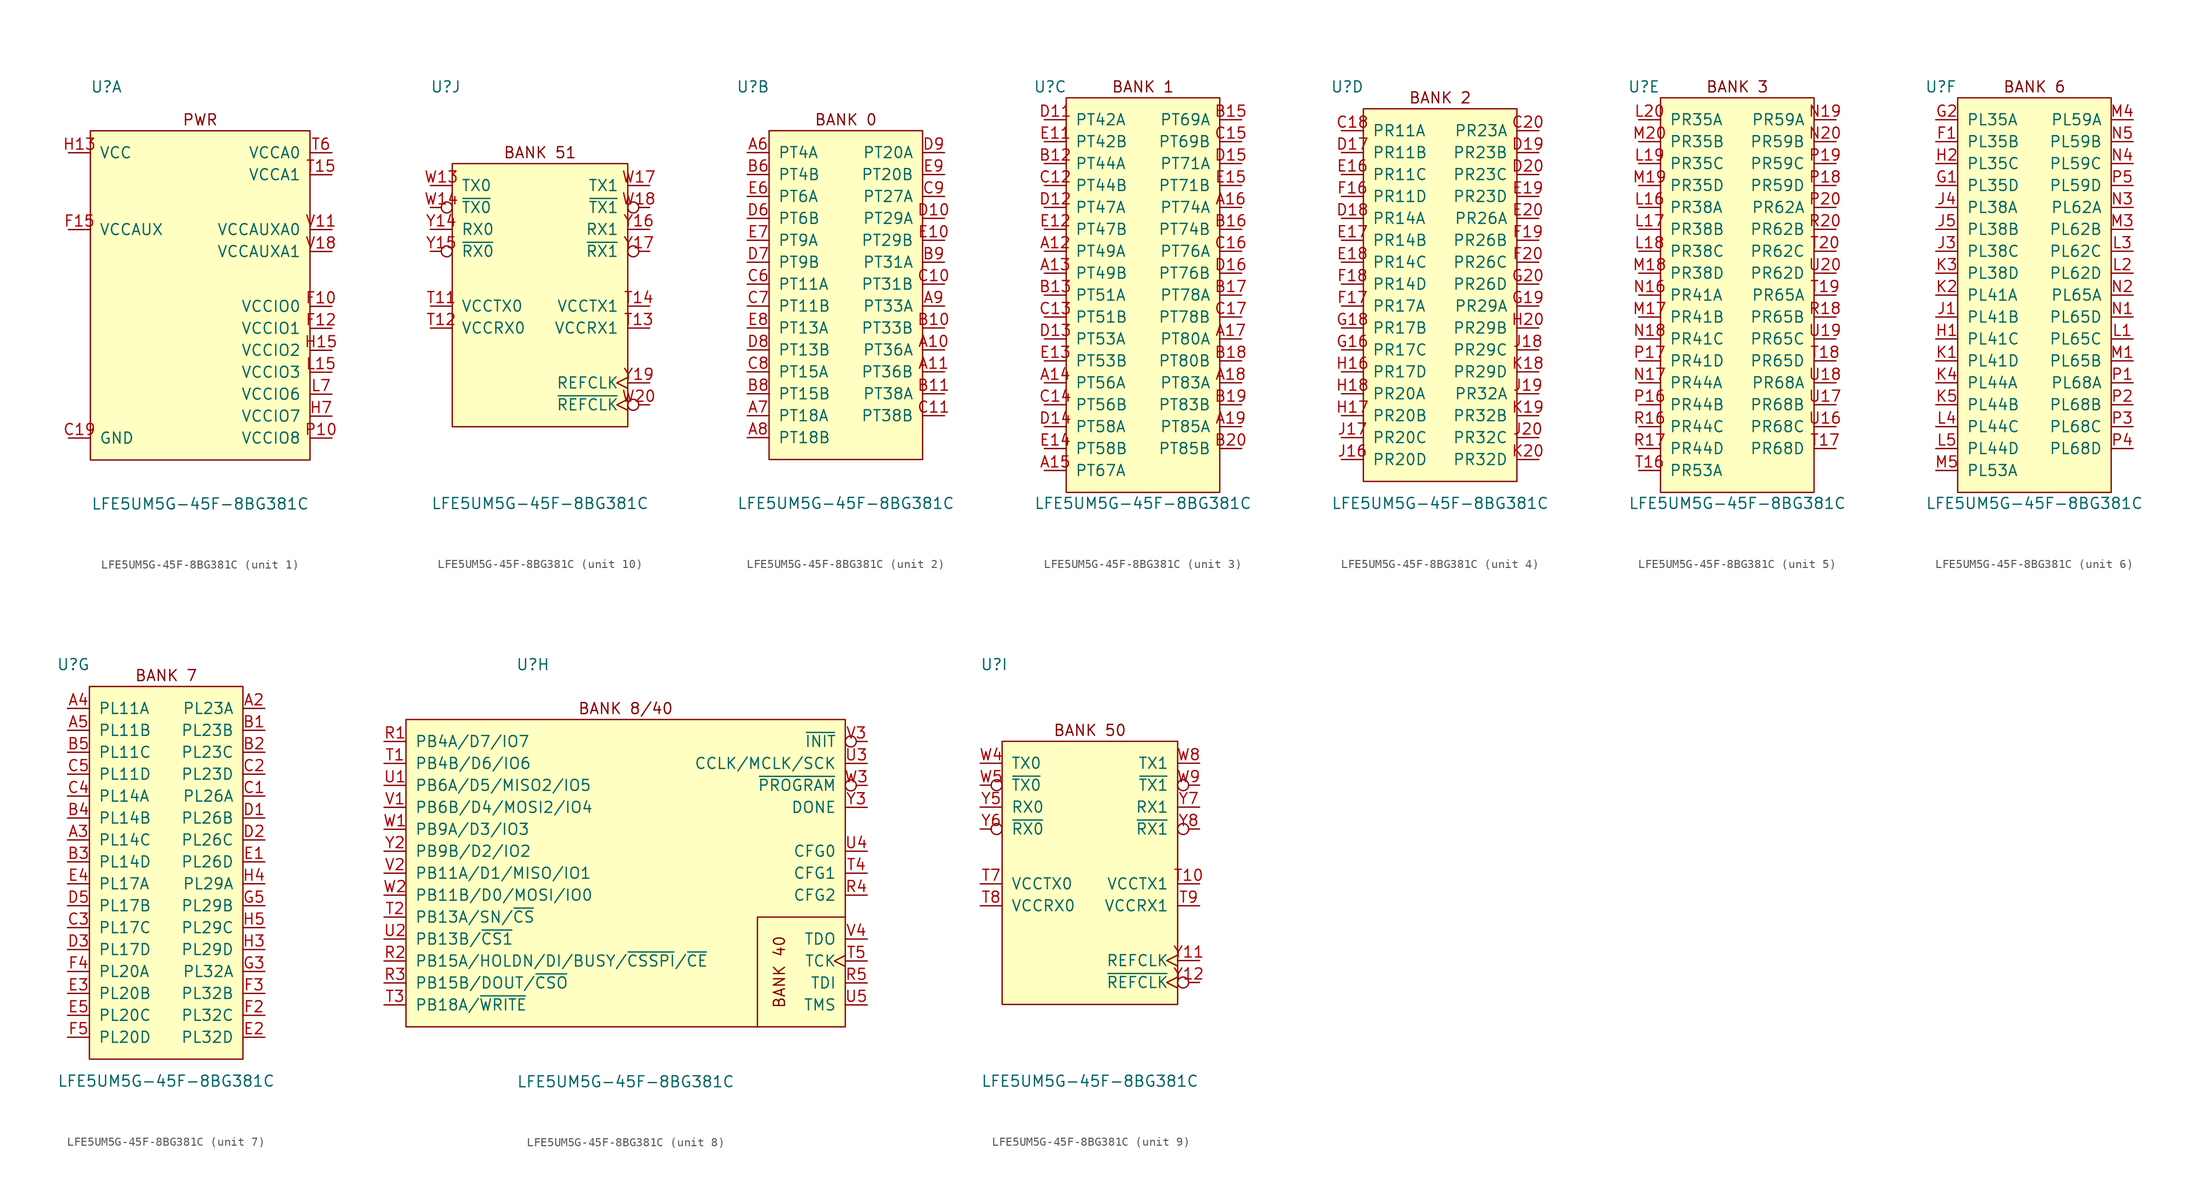
<source format=kicad_sym>
(kicad_symbol_lib
  (version 20231120)
  (generator "kicad_symbol_editor")
  (generator_version "8.0")
  (symbol "LFE5UM5G-45F-8BG381C"
    (pin_names
      (offset 1.016))
    (property "Reference" "U"
      (at -12.7 24.13 0)
      (effects (font (size 1.27 1.27)) (justify left)))
    (property "Value" "LFE5UM5G-45F-8BG381C"
      (at 0 -24.13 0)
      (effects (font (size 1.27 1.27))))
    (property "ki_locked" ""
      (at 0 0 0)
      (effects (font (size 1.27 1.27))))
    (symbol "LFE5UM5G-45F-8BG381C_1_0"
      (text "PWR" (at 0 20.32 0) (effects (font (size 1.27 1.27)))))
    (symbol "LFE5UM5G-45F-8BG381C_1_1"
      (rectangle (start -12.7 19.05) (end 12.7 -19.05) (stroke (width 0) (type default)) (fill (type background)))
      (pin passive line (at -15.24 -16.51 0) (length 2.54) hide (name "GND" (effects (font (size 1.27 1.27)))) (number "B14" (effects (font (size 1.27 1.27)))))
      (pin passive line (at -15.24 -16.51 0) (length 2.54) hide (name "GND" (effects (font (size 1.27 1.27)))) (number "B7" (effects (font (size 1.27 1.27)))))
      (pin passive line (at -15.24 -16.51 0) (length 2.54) (name "GND" (effects (font (size 1.27 1.27)))) (number "C19" (effects (font (size 1.27 1.27)))))
      (pin passive line (at -15.24 -16.51 0) (length 2.54) hide (name "GND" (effects (font (size 1.27 1.27)))) (number "D4" (effects (font (size 1.27 1.27)))))
      (pin power_in line (at 15.24 -1.27 180) (length 2.54) (name "VCCIO0" (effects (font (size 1.27 1.27)))) (number "F10" (effects (font (size 1.27 1.27)))))
      (pin passive line (at 15.24 -3.81 180) (length 2.54) hide (name "VCCIO1" (effects (font (size 1.27 1.27)))) (number "F11" (effects (font (size 1.27 1.27)))))
      (pin power_in line (at 15.24 -3.81 180) (length 2.54) (name "VCCIO1" (effects (font (size 1.27 1.27)))) (number "F12" (effects (font (size 1.27 1.27)))))
      (pin passive line (at -15.24 -16.51 0) (length 2.54) hide (name "GND" (effects (font (size 1.27 1.27)))) (number "F13" (effects (font (size 1.27 1.27)))))
      (pin passive line (at -15.24 -16.51 0) (length 2.54) hide (name "GND" (effects (font (size 1.27 1.27)))) (number "F14" (effects (font (size 1.27 1.27)))))
      (pin power_in line (at -15.24 7.62 0) (length 2.54) (name "VCCAUX" (effects (font (size 1.27 1.27)))) (number "F15" (effects (font (size 1.27 1.27)))))
      (pin passive line (at -15.24 7.62 0) (length 2.54) hide (name "VCCAUX" (effects (font (size 1.27 1.27)))) (number "F6" (effects (font (size 1.27 1.27)))))
      (pin passive line (at -15.24 -16.51 0) (length 2.54) hide (name "GND" (effects (font (size 1.27 1.27)))) (number "F7" (effects (font (size 1.27 1.27)))))
      (pin passive line (at -15.24 -16.51 0) (length 2.54) hide (name "GND" (effects (font (size 1.27 1.27)))) (number "F8" (effects (font (size 1.27 1.27)))))
      (pin passive line (at 15.24 -1.27 180) (length 2.54) hide (name "VCCIO0" (effects (font (size 1.27 1.27)))) (number "F9" (effects (font (size 1.27 1.27)))))
      (pin passive line (at -15.24 -16.51 0) (length 2.54) hide (name "GND" (effects (font (size 1.27 1.27)))) (number "G10" (effects (font (size 1.27 1.27)))))
      (pin passive line (at -15.24 -16.51 0) (length 2.54) hide (name "GND" (effects (font (size 1.27 1.27)))) (number "G11" (effects (font (size 1.27 1.27)))))
      (pin passive line (at -15.24 -16.51 0) (length 2.54) hide (name "GND" (effects (font (size 1.27 1.27)))) (number "G12" (effects (font (size 1.27 1.27)))))
      (pin passive line (at -15.24 -16.51 0) (length 2.54) hide (name "GND" (effects (font (size 1.27 1.27)))) (number "G13" (effects (font (size 1.27 1.27)))))
      (pin passive line (at -15.24 -16.51 0) (length 2.54) hide (name "GND" (effects (font (size 1.27 1.27)))) (number "G14" (effects (font (size 1.27 1.27)))))
      (pin passive line (at -15.24 -16.51 0) (length 2.54) hide (name "GND" (effects (font (size 1.27 1.27)))) (number "G15" (effects (font (size 1.27 1.27)))))
      (pin passive line (at -15.24 -16.51 0) (length 2.54) hide (name "GND" (effects (font (size 1.27 1.27)))) (number "G17" (effects (font (size 1.27 1.27)))))
      (pin passive line (at -15.24 -16.51 0) (length 2.54) hide (name "GND" (effects (font (size 1.27 1.27)))) (number "G4" (effects (font (size 1.27 1.27)))))
      (pin passive line (at -15.24 -16.51 0) (length 2.54) hide (name "GND" (effects (font (size 1.27 1.27)))) (number "G6" (effects (font (size 1.27 1.27)))))
      (pin passive line (at -15.24 -16.51 0) (length 2.54) hide (name "GND" (effects (font (size 1.27 1.27)))) (number "G7" (effects (font (size 1.27 1.27)))))
      (pin passive line (at -15.24 -16.51 0) (length 2.54) hide (name "GND" (effects (font (size 1.27 1.27)))) (number "G8" (effects (font (size 1.27 1.27)))))
      (pin passive line (at -15.24 -16.51 0) (length 2.54) hide (name "GND" (effects (font (size 1.27 1.27)))) (number "G9" (effects (font (size 1.27 1.27)))))
      (pin passive line (at -15.24 16.51 0) (length 2.54) hide (name "VCC" (effects (font (size 1.27 1.27)))) (number "H10" (effects (font (size 1.27 1.27)))))
      (pin passive line (at -15.24 16.51 0) (length 2.54) hide (name "VCC" (effects (font (size 1.27 1.27)))) (number "H11" (effects (font (size 1.27 1.27)))))
      (pin passive line (at -15.24 16.51 0) (length 2.54) hide (name "VCC" (effects (font (size 1.27 1.27)))) (number "H12" (effects (font (size 1.27 1.27)))))
      (pin power_in line (at -15.24 16.51 0) (length 2.54) (name "VCC" (effects (font (size 1.27 1.27)))) (number "H13" (effects (font (size 1.27 1.27)))))
      (pin passive line (at 15.24 -6.35 180) (length 2.54) hide (name "VCCIO2" (effects (font (size 1.27 1.27)))) (number "H14" (effects (font (size 1.27 1.27)))))
      (pin power_in line (at 15.24 -6.35 180) (length 2.54) (name "VCCIO2" (effects (font (size 1.27 1.27)))) (number "H15" (effects (font (size 1.27 1.27)))))
      (pin passive line (at -15.24 -16.51 0) (length 2.54) hide (name "GND" (effects (font (size 1.27 1.27)))) (number "H19" (effects (font (size 1.27 1.27)))))
      (pin passive line (at 15.24 -13.97 180) (length 2.54) hide (name "VCCIO7" (effects (font (size 1.27 1.27)))) (number "H6" (effects (font (size 1.27 1.27)))))
      (pin power_in line (at 15.24 -13.97 180) (length 2.54) (name "VCCIO7" (effects (font (size 1.27 1.27)))) (number "H7" (effects (font (size 1.27 1.27)))))
      (pin passive line (at -15.24 16.51 0) (length 2.54) hide (name "VCC" (effects (font (size 1.27 1.27)))) (number "H8" (effects (font (size 1.27 1.27)))))
      (pin passive line (at -15.24 16.51 0) (length 2.54) hide (name "VCC" (effects (font (size 1.27 1.27)))) (number "H9" (effects (font (size 1.27 1.27)))))
      (pin passive line (at -15.24 -16.51 0) (length 2.54) hide (name "GND" (effects (font (size 1.27 1.27)))) (number "J10" (effects (font (size 1.27 1.27)))))
      (pin passive line (at -15.24 -16.51 0) (length 2.54) hide (name "GND" (effects (font (size 1.27 1.27)))) (number "J11" (effects (font (size 1.27 1.27)))))
      (pin passive line (at -15.24 -16.51 0) (length 2.54) hide (name "GND" (effects (font (size 1.27 1.27)))) (number "J12" (effects (font (size 1.27 1.27)))))
      (pin passive line (at -15.24 16.51 0) (length 2.54) hide (name "VCC" (effects (font (size 1.27 1.27)))) (number "J13" (effects (font (size 1.27 1.27)))))
      (pin passive line (at -15.24 -16.51 0) (length 2.54) hide (name "GND" (effects (font (size 1.27 1.27)))) (number "J14" (effects (font (size 1.27 1.27)))))
      (pin passive line (at 15.24 -6.35 180) (length 2.54) hide (name "VCCIO2" (effects (font (size 1.27 1.27)))) (number "J15" (effects (font (size 1.27 1.27)))))
      (pin passive line (at -15.24 -16.51 0) (length 2.54) hide (name "GND" (effects (font (size 1.27 1.27)))) (number "J2" (effects (font (size 1.27 1.27)))))
      (pin passive line (at 15.24 -13.97 180) (length 2.54) hide (name "VCCIO7" (effects (font (size 1.27 1.27)))) (number "J6" (effects (font (size 1.27 1.27)))))
      (pin passive line (at -15.24 -16.51 0) (length 2.54) hide (name "GND" (effects (font (size 1.27 1.27)))) (number "J7" (effects (font (size 1.27 1.27)))))
      (pin passive line (at -15.24 16.51 0) (length 2.54) hide (name "VCC" (effects (font (size 1.27 1.27)))) (number "J8" (effects (font (size 1.27 1.27)))))
      (pin passive line (at -15.24 -16.51 0) (length 2.54) hide (name "GND" (effects (font (size 1.27 1.27)))) (number "J9" (effects (font (size 1.27 1.27)))))
      (pin passive line (at -15.24 -16.51 0) (length 2.54) hide (name "GND" (effects (font (size 1.27 1.27)))) (number "K10" (effects (font (size 1.27 1.27)))))
      (pin passive line (at -15.24 -16.51 0) (length 2.54) hide (name "GND" (effects (font (size 1.27 1.27)))) (number "K11" (effects (font (size 1.27 1.27)))))
      (pin passive line (at -15.24 -16.51 0) (length 2.54) hide (name "GND" (effects (font (size 1.27 1.27)))) (number "K12" (effects (font (size 1.27 1.27)))))
      (pin passive line (at -15.24 16.51 0) (length 2.54) hide (name "VCC" (effects (font (size 1.27 1.27)))) (number "K13" (effects (font (size 1.27 1.27)))))
      (pin passive line (at -15.24 -16.51 0) (length 2.54) hide (name "GND" (effects (font (size 1.27 1.27)))) (number "K14" (effects (font (size 1.27 1.27)))))
      (pin passive line (at -15.24 -16.51 0) (length 2.54) hide (name "GND" (effects (font (size 1.27 1.27)))) (number "K15" (effects (font (size 1.27 1.27)))))
      (pin no_connect non_logic (at -15.24 -13.97 0) (length 2.54) hide (name "NC" (effects (font (size 1.27 1.27)))) (number "K16" (effects (font (size 1.27 1.27)))))
      (pin no_connect non_logic (at -15.24 -11.43 0) (length 2.54) hide (name "NC" (effects (font (size 1.27 1.27)))) (number "K17" (effects (font (size 1.27 1.27)))))
      (pin passive line (at -15.24 -16.51 0) (length 2.54) hide (name "GND" (effects (font (size 1.27 1.27)))) (number "K6" (effects (font (size 1.27 1.27)))))
      (pin passive line (at -15.24 -16.51 0) (length 2.54) hide (name "GND" (effects (font (size 1.27 1.27)))) (number "K7" (effects (font (size 1.27 1.27)))))
      (pin passive line (at -15.24 16.51 0) (length 2.54) hide (name "VCC" (effects (font (size 1.27 1.27)))) (number "K8" (effects (font (size 1.27 1.27)))))
      (pin passive line (at -15.24 -16.51 0) (length 2.54) hide (name "GND" (effects (font (size 1.27 1.27)))) (number "K9" (effects (font (size 1.27 1.27)))))
      (pin passive line (at -15.24 -16.51 0) (length 2.54) hide (name "GND" (effects (font (size 1.27 1.27)))) (number "L10" (effects (font (size 1.27 1.27)))))
      (pin passive line (at -15.24 -16.51 0) (length 2.54) hide (name "GND" (effects (font (size 1.27 1.27)))) (number "L11" (effects (font (size 1.27 1.27)))))
      (pin passive line (at -15.24 -16.51 0) (length 2.54) hide (name "GND" (effects (font (size 1.27 1.27)))) (number "L12" (effects (font (size 1.27 1.27)))))
      (pin passive line (at -15.24 16.51 0) (length 2.54) hide (name "VCC" (effects (font (size 1.27 1.27)))) (number "L13" (effects (font (size 1.27 1.27)))))
      (pin passive line (at 15.24 -8.89 180) (length 2.54) hide (name "VCCIO3" (effects (font (size 1.27 1.27)))) (number "L14" (effects (font (size 1.27 1.27)))))
      (pin power_in line (at 15.24 -8.89 180) (length 2.54) (name "VCCIO3" (effects (font (size 1.27 1.27)))) (number "L15" (effects (font (size 1.27 1.27)))))
      (pin passive line (at 15.24 -11.43 180) (length 2.54) hide (name "VCCIO6" (effects (font (size 1.27 1.27)))) (number "L6" (effects (font (size 1.27 1.27)))))
      (pin power_in line (at 15.24 -11.43 180) (length 2.54) (name "VCCIO6" (effects (font (size 1.27 1.27)))) (number "L7" (effects (font (size 1.27 1.27)))))
      (pin passive line (at -15.24 16.51 0) (length 2.54) hide (name "VCC" (effects (font (size 1.27 1.27)))) (number "L8" (effects (font (size 1.27 1.27)))))
      (pin passive line (at -15.24 -16.51 0) (length 2.54) hide (name "GND" (effects (font (size 1.27 1.27)))) (number "L9" (effects (font (size 1.27 1.27)))))
      (pin passive line (at -15.24 -16.51 0) (length 2.54) hide (name "GND" (effects (font (size 1.27 1.27)))) (number "M10" (effects (font (size 1.27 1.27)))))
      (pin passive line (at -15.24 -16.51 0) (length 2.54) hide (name "GND" (effects (font (size 1.27 1.27)))) (number "M11" (effects (font (size 1.27 1.27)))))
      (pin passive line (at -15.24 -16.51 0) (length 2.54) hide (name "GND" (effects (font (size 1.27 1.27)))) (number "M12" (effects (font (size 1.27 1.27)))))
      (pin passive line (at -15.24 16.51 0) (length 2.54) hide (name "VCC" (effects (font (size 1.27 1.27)))) (number "M13" (effects (font (size 1.27 1.27)))))
      (pin passive line (at -15.24 -16.51 0) (length 2.54) hide (name "GND" (effects (font (size 1.27 1.27)))) (number "M14" (effects (font (size 1.27 1.27)))))
      (pin passive line (at 15.24 -8.89 180) (length 2.54) hide (name "VCCIO3" (effects (font (size 1.27 1.27)))) (number "M15" (effects (font (size 1.27 1.27)))))
      (pin passive line (at -15.24 -16.51 0) (length 2.54) hide (name "GND" (effects (font (size 1.27 1.27)))) (number "M16" (effects (font (size 1.27 1.27)))))
      (pin passive line (at -15.24 -16.51 0) (length 2.54) hide (name "GND" (effects (font (size 1.27 1.27)))) (number "M2" (effects (font (size 1.27 1.27)))))
      (pin passive line (at 15.24 -11.43 180) (length 2.54) hide (name "VCCIO6" (effects (font (size 1.27 1.27)))) (number "M6" (effects (font (size 1.27 1.27)))))
      (pin passive line (at -15.24 -16.51 0) (length 2.54) hide (name "GND" (effects (font (size 1.27 1.27)))) (number "M7" (effects (font (size 1.27 1.27)))))
      (pin passive line (at -15.24 16.51 0) (length 2.54) hide (name "VCC" (effects (font (size 1.27 1.27)))) (number "M8" (effects (font (size 1.27 1.27)))))
      (pin passive line (at -15.24 -16.51 0) (length 2.54) hide (name "GND" (effects (font (size 1.27 1.27)))) (number "M9" (effects (font (size 1.27 1.27)))))
      (pin passive line (at -15.24 16.51 0) (length 2.54) hide (name "VCC" (effects (font (size 1.27 1.27)))) (number "N10" (effects (font (size 1.27 1.27)))))
      (pin passive line (at -15.24 16.51 0) (length 2.54) hide (name "VCC" (effects (font (size 1.27 1.27)))) (number "N11" (effects (font (size 1.27 1.27)))))
      (pin passive line (at -15.24 16.51 0) (length 2.54) hide (name "VCC" (effects (font (size 1.27 1.27)))) (number "N12" (effects (font (size 1.27 1.27)))))
      (pin passive line (at -15.24 16.51 0) (length 2.54) hide (name "VCC" (effects (font (size 1.27 1.27)))) (number "N13" (effects (font (size 1.27 1.27)))))
      (pin passive line (at -15.24 -16.51 0) (length 2.54) hide (name "GND" (effects (font (size 1.27 1.27)))) (number "N14" (effects (font (size 1.27 1.27)))))
      (pin passive line (at -15.24 -16.51 0) (length 2.54) hide (name "GND" (effects (font (size 1.27 1.27)))) (number "N15" (effects (font (size 1.27 1.27)))))
      (pin passive line (at -15.24 -16.51 0) (length 2.54) hide (name "GND" (effects (font (size 1.27 1.27)))) (number "N6" (effects (font (size 1.27 1.27)))))
      (pin passive line (at -15.24 -16.51 0) (length 2.54) hide (name "GND" (effects (font (size 1.27 1.27)))) (number "N7" (effects (font (size 1.27 1.27)))))
      (pin passive line (at -15.24 16.51 0) (length 2.54) hide (name "VCC" (effects (font (size 1.27 1.27)))) (number "N8" (effects (font (size 1.27 1.27)))))
      (pin passive line (at -15.24 16.51 0) (length 2.54) hide (name "VCC" (effects (font (size 1.27 1.27)))) (number "N9" (effects (font (size 1.27 1.27)))))
      (pin power_in line (at 15.24 -16.51 180) (length 2.54) (name "VCCIO8" (effects (font (size 1.27 1.27)))) (number "P10" (effects (font (size 1.27 1.27)))))
      (pin passive line (at -15.24 -16.51 0) (length 2.54) hide (name "GND" (effects (font (size 1.27 1.27)))) (number "P11" (effects (font (size 1.27 1.27)))))
      (pin passive line (at -15.24 -16.51 0) (length 2.54) hide (name "GND" (effects (font (size 1.27 1.27)))) (number "P12" (effects (font (size 1.27 1.27)))))
      (pin passive line (at -15.24 -16.51 0) (length 2.54) hide (name "GND" (effects (font (size 1.27 1.27)))) (number "P13" (effects (font (size 1.27 1.27)))))
      (pin passive line (at -15.24 -16.51 0) (length 2.54) hide (name "GND" (effects (font (size 1.27 1.27)))) (number "P14" (effects (font (size 1.27 1.27)))))
      (pin passive line (at -15.24 7.62 0) (length 2.54) hide (name "VCCAUX" (effects (font (size 1.27 1.27)))) (number "P15" (effects (font (size 1.27 1.27)))))
      (pin passive line (at -15.24 7.62 0) (length 2.54) hide (name "VCCAUX" (effects (font (size 1.27 1.27)))) (number "P6" (effects (font (size 1.27 1.27)))))
      (pin passive line (at -15.24 -16.51 0) (length 2.54) hide (name "GND" (effects (font (size 1.27 1.27)))) (number "P7" (effects (font (size 1.27 1.27)))))
      (pin passive line (at -15.24 -16.51 0) (length 2.54) hide (name "GND" (effects (font (size 1.27 1.27)))) (number "P8" (effects (font (size 1.27 1.27)))))
      (pin passive line (at 15.24 -16.51 180) (length 2.54) hide (name "VCCIO8" (effects (font (size 1.27 1.27)))) (number "P9" (effects (font (size 1.27 1.27)))))
      (pin passive line (at -15.24 -16.51 0) (length 2.54) hide (name "GND" (effects (font (size 1.27 1.27)))) (number "R19" (effects (font (size 1.27 1.27)))))
      (pin power_in line (at 15.24 13.97 180) (length 2.54) (name "VCCA1" (effects (font (size 1.27 1.27)))) (number "T15" (effects (font (size 1.27 1.27)))))
      (pin power_in line (at 15.24 16.51 180) (length 2.54) (name "VCCA0" (effects (font (size 1.27 1.27)))) (number "T6" (effects (font (size 1.27 1.27)))))
      (pin passive line (at -15.24 -16.51 0) (length 2.54) hide (name "GND" (effects (font (size 1.27 1.27)))) (number "U10" (effects (font (size 1.27 1.27)))))
      (pin passive line (at -15.24 -16.51 0) (length 2.54) hide (name "GND" (effects (font (size 1.27 1.27)))) (number "U11" (effects (font (size 1.27 1.27)))))
      (pin passive line (at -15.24 -16.51 0) (length 2.54) hide (name "GND" (effects (font (size 1.27 1.27)))) (number "U12" (effects (font (size 1.27 1.27)))))
      (pin passive line (at -15.24 -16.51 0) (length 2.54) hide (name "GND" (effects (font (size 1.27 1.27)))) (number "U13" (effects (font (size 1.27 1.27)))))
      (pin passive line (at -15.24 -16.51 0) (length 2.54) hide (name "GND" (effects (font (size 1.27 1.27)))) (number "U14" (effects (font (size 1.27 1.27)))))
      (pin passive line (at 15.24 13.97 180) (length 2.54) hide (name "VCCA1" (effects (font (size 1.27 1.27)))) (number "U15" (effects (font (size 1.27 1.27)))))
      (pin passive line (at 15.24 16.51 180) (length 2.54) hide (name "VCCA0" (effects (font (size 1.27 1.27)))) (number "U6" (effects (font (size 1.27 1.27)))))
      (pin passive line (at -15.24 -16.51 0) (length 2.54) hide (name "GND" (effects (font (size 1.27 1.27)))) (number "U7" (effects (font (size 1.27 1.27)))))
      (pin passive line (at -15.24 -16.51 0) (length 2.54) hide (name "GND" (effects (font (size 1.27 1.27)))) (number "U8" (effects (font (size 1.27 1.27)))))
      (pin passive line (at -15.24 -16.51 0) (length 2.54) hide (name "GND" (effects (font (size 1.27 1.27)))) (number "U9" (effects (font (size 1.27 1.27)))))
      (pin passive line (at 15.24 7.62 180) (length 2.54) hide (name "VCCAUXA0" (effects (font (size 1.27 1.27)))) (number "V10" (effects (font (size 1.27 1.27)))))
      (pin power_in line (at 15.24 7.62 180) (length 2.54) (name "VCCAUXA0" (effects (font (size 1.27 1.27)))) (number "V11" (effects (font (size 1.27 1.27)))))
      (pin passive line (at -15.24 -16.51 0) (length 2.54) hide (name "GND" (effects (font (size 1.27 1.27)))) (number "V12" (effects (font (size 1.27 1.27)))))
      (pin passive line (at -15.24 -16.51 0) (length 2.54) hide (name "GND" (effects (font (size 1.27 1.27)))) (number "V13" (effects (font (size 1.27 1.27)))))
      (pin passive line (at -15.24 -16.51 0) (length 2.54) hide (name "GND" (effects (font (size 1.27 1.27)))) (number "V14" (effects (font (size 1.27 1.27)))))
      (pin passive line (at -15.24 -16.51 0) (length 2.54) hide (name "GND" (effects (font (size 1.27 1.27)))) (number "V15" (effects (font (size 1.27 1.27)))))
      (pin passive line (at -15.24 -16.51 0) (length 2.54) hide (name "GND" (effects (font (size 1.27 1.27)))) (number "V16" (effects (font (size 1.27 1.27)))))
      (pin passive line (at 15.24 5.08 180) (length 2.54) hide (name "VCCAUXA1" (effects (font (size 1.27 1.27)))) (number "V17" (effects (font (size 1.27 1.27)))))
      (pin power_in line (at 15.24 5.08 180) (length 2.54) (name "VCCAUXA1" (effects (font (size 1.27 1.27)))) (number "V18" (effects (font (size 1.27 1.27)))))
      (pin passive line (at -15.24 -16.51 0) (length 2.54) hide (name "GND" (effects (font (size 1.27 1.27)))) (number "V19" (effects (font (size 1.27 1.27)))))
      (pin passive line (at -15.24 -16.51 0) (length 2.54) hide (name "GND" (effects (font (size 1.27 1.27)))) (number "V20" (effects (font (size 1.27 1.27)))))
      (pin passive line (at -15.24 -16.51 0) (length 2.54) hide (name "GND" (effects (font (size 1.27 1.27)))) (number "V5" (effects (font (size 1.27 1.27)))))
      (pin passive line (at -15.24 -16.51 0) (length 2.54) hide (name "GND" (effects (font (size 1.27 1.27)))) (number "V6" (effects (font (size 1.27 1.27)))))
      (pin passive line (at -15.24 -16.51 0) (length 2.54) hide (name "GND" (effects (font (size 1.27 1.27)))) (number "V7" (effects (font (size 1.27 1.27)))))
      (pin passive line (at -15.24 -16.51 0) (length 2.54) hide (name "GND" (effects (font (size 1.27 1.27)))) (number "V8" (effects (font (size 1.27 1.27)))))
      (pin passive line (at -15.24 -16.51 0) (length 2.54) hide (name "GND" (effects (font (size 1.27 1.27)))) (number "V9" (effects (font (size 1.27 1.27)))))
      (pin no_connect non_logic (at -15.24 -8.89 0) (length 2.54) hide (name "RESERVED" (effects (font (size 1.27 1.27)))) (number "W10" (effects (font (size 1.27 1.27)))))
      (pin no_connect non_logic (at -15.24 -6.35 0) (length 2.54) hide (name "RESERVED" (effects (font (size 1.27 1.27)))) (number "W11" (effects (font (size 1.27 1.27)))))
      (pin passive line (at -15.24 -16.51 0) (length 2.54) hide (name "GND" (effects (font (size 1.27 1.27)))) (number "W12" (effects (font (size 1.27 1.27)))))
      (pin passive line (at -15.24 -16.51 0) (length 2.54) hide (name "GND" (effects (font (size 1.27 1.27)))) (number "W15" (effects (font (size 1.27 1.27)))))
      (pin passive line (at -15.24 -16.51 0) (length 2.54) hide (name "GND" (effects (font (size 1.27 1.27)))) (number "W16" (effects (font (size 1.27 1.27)))))
      (pin passive line (at -15.24 -16.51 0) (length 2.54) hide (name "GND" (effects (font (size 1.27 1.27)))) (number "W19" (effects (font (size 1.27 1.27)))))
      (pin passive line (at -15.24 -16.51 0) (length 2.54) hide (name "GND" (effects (font (size 1.27 1.27)))) (number "W6" (effects (font (size 1.27 1.27)))))
      (pin passive line (at -15.24 -16.51 0) (length 2.54) hide (name "GND" (effects (font (size 1.27 1.27)))) (number "W7" (effects (font (size 1.27 1.27))))))
    (symbol "LFE5UM5G-45F-8BG381C_2_0"
      (rectangle (start -8.89 19.05) (end 8.89 -19.05) (stroke (width 0) (type default)) (fill (type background)))
      (text "BANK 0" (at 0 20.32 0) (effects (font (size 1.27 1.27)))))
    (symbol "LFE5UM5G-45F-8BG381C_2_1"
      (pin bidirectional line (at 11.43 -6.35 180) (length 2.54) (name "PT36A" (effects (font (size 1.27 1.27)))) (number "A10" (effects (font (size 1.27 1.27)))))
      (pin bidirectional line (at 11.43 -8.89 180) (length 2.54) (name "PT36B" (effects (font (size 1.27 1.27)))) (number "A11" (effects (font (size 1.27 1.27)))))
      (pin bidirectional line (at -11.43 16.51 0) (length 2.54) (name "PT4A" (effects (font (size 1.27 1.27)))) (number "A6" (effects (font (size 1.27 1.27)))))
      (pin bidirectional line (at -11.43 -13.97 0) (length 2.54) (name "PT18A" (effects (font (size 1.27 1.27)))) (number "A7" (effects (font (size 1.27 1.27)))))
      (pin bidirectional line (at -11.43 -16.51 0) (length 2.54) (name "PT18B" (effects (font (size 1.27 1.27)))) (number "A8" (effects (font (size 1.27 1.27)))))
      (pin bidirectional line (at 11.43 -1.27 180) (length 2.54) (name "PT33A" (effects (font (size 1.27 1.27)))) (number "A9" (effects (font (size 1.27 1.27)))))
      (pin bidirectional line (at 11.43 -3.81 180) (length 2.54) (name "PT33B" (effects (font (size 1.27 1.27)))) (number "B10" (effects (font (size 1.27 1.27)))))
      (pin bidirectional line (at 11.43 -11.43 180) (length 2.54) (name "PT38A" (effects (font (size 1.27 1.27)))) (number "B11" (effects (font (size 1.27 1.27)))))
      (pin bidirectional line (at -11.43 13.97 0) (length 2.54) (name "PT4B" (effects (font (size 1.27 1.27)))) (number "B6" (effects (font (size 1.27 1.27)))))
      (pin bidirectional line (at -11.43 -11.43 0) (length 2.54) (name "PT15B" (effects (font (size 1.27 1.27)))) (number "B8" (effects (font (size 1.27 1.27)))))
      (pin bidirectional line (at 11.43 3.81 180) (length 2.54) (name "PT31A" (effects (font (size 1.27 1.27)))) (number "B9" (effects (font (size 1.27 1.27)))))
      (pin bidirectional line (at 11.43 1.27 180) (length 2.54) (name "PT31B" (effects (font (size 1.27 1.27)))) (number "C10" (effects (font (size 1.27 1.27)))))
      (pin bidirectional line (at 11.43 -13.97 180) (length 2.54) (name "PT38B" (effects (font (size 1.27 1.27)))) (number "C11" (effects (font (size 1.27 1.27)))))
      (pin bidirectional line (at -11.43 1.27 0) (length 2.54) (name "PT11A" (effects (font (size 1.27 1.27)))) (number "C6" (effects (font (size 1.27 1.27)))))
      (pin bidirectional line (at -11.43 -1.27 0) (length 2.54) (name "PT11B" (effects (font (size 1.27 1.27)))) (number "C7" (effects (font (size 1.27 1.27)))))
      (pin bidirectional line (at -11.43 -8.89 0) (length 2.54) (name "PT15A" (effects (font (size 1.27 1.27)))) (number "C8" (effects (font (size 1.27 1.27)))))
      (pin bidirectional line (at 11.43 11.43 180) (length 2.54) (name "PT27A" (effects (font (size 1.27 1.27)))) (number "C9" (effects (font (size 1.27 1.27)))))
      (pin bidirectional line (at 11.43 8.89 180) (length 2.54) (name "PT29A" (effects (font (size 1.27 1.27)))) (number "D10" (effects (font (size 1.27 1.27)))))
      (pin bidirectional line (at -11.43 8.89 0) (length 2.54) (name "PT6B" (effects (font (size 1.27 1.27)))) (number "D6" (effects (font (size 1.27 1.27)))))
      (pin bidirectional line (at -11.43 3.81 0) (length 2.54) (name "PT9B" (effects (font (size 1.27 1.27)))) (number "D7" (effects (font (size 1.27 1.27)))))
      (pin bidirectional line (at -11.43 -6.35 0) (length 2.54) (name "PT13B" (effects (font (size 1.27 1.27)))) (number "D8" (effects (font (size 1.27 1.27)))))
      (pin bidirectional line (at 11.43 16.51 180) (length 2.54) (name "PT20A" (effects (font (size 1.27 1.27)))) (number "D9" (effects (font (size 1.27 1.27)))))
      (pin bidirectional line (at 11.43 6.35 180) (length 2.54) (name "PT29B" (effects (font (size 1.27 1.27)))) (number "E10" (effects (font (size 1.27 1.27)))))
      (pin bidirectional line (at -11.43 11.43 0) (length 2.54) (name "PT6A" (effects (font (size 1.27 1.27)))) (number "E6" (effects (font (size 1.27 1.27)))))
      (pin bidirectional line (at -11.43 6.35 0) (length 2.54) (name "PT9A" (effects (font (size 1.27 1.27)))) (number "E7" (effects (font (size 1.27 1.27)))))
      (pin bidirectional line (at -11.43 -3.81 0) (length 2.54) (name "PT13A" (effects (font (size 1.27 1.27)))) (number "E8" (effects (font (size 1.27 1.27)))))
      (pin bidirectional line (at 11.43 13.97 180) (length 2.54) (name "PT20B" (effects (font (size 1.27 1.27)))) (number "E9" (effects (font (size 1.27 1.27))))))
    (symbol "LFE5UM5G-45F-8BG381C_3_0"
      (rectangle (start -8.89 22.86) (end 8.89 -22.86) (stroke (width 0) (type default)) (fill (type background)))
      (text "BANK 1" (at 0 24.13 0) (effects (font (size 1.27 1.27)))))
    (symbol "LFE5UM5G-45F-8BG381C_3_1"
      (pin bidirectional line (at -11.43 5.08 0) (length 2.54) (name "PT49A" (effects (font (size 1.27 1.27)))) (number "A12" (effects (font (size 1.27 1.27)))))
      (pin bidirectional line (at -11.43 2.54 0) (length 2.54) (name "PT49B" (effects (font (size 1.27 1.27)))) (number "A13" (effects (font (size 1.27 1.27)))))
      (pin bidirectional line (at -11.43 -10.16 0) (length 2.54) (name "PT56A" (effects (font (size 1.27 1.27)))) (number "A14" (effects (font (size 1.27 1.27)))))
      (pin bidirectional line (at -11.43 -20.32 0) (length 2.54) (name "PT67A" (effects (font (size 1.27 1.27)))) (number "A15" (effects (font (size 1.27 1.27)))))
      (pin bidirectional line (at 11.43 10.16 180) (length 2.54) (name "PT74A" (effects (font (size 1.27 1.27)))) (number "A16" (effects (font (size 1.27 1.27)))))
      (pin bidirectional line (at 11.43 -5.08 180) (length 2.54) (name "PT80A" (effects (font (size 1.27 1.27)))) (number "A17" (effects (font (size 1.27 1.27)))))
      (pin bidirectional line (at 11.43 -10.16 180) (length 2.54) (name "PT83A" (effects (font (size 1.27 1.27)))) (number "A18" (effects (font (size 1.27 1.27)))))
      (pin bidirectional line (at 11.43 -15.24 180) (length 2.54) (name "PT85A" (effects (font (size 1.27 1.27)))) (number "A19" (effects (font (size 1.27 1.27)))))
      (pin bidirectional line (at -11.43 15.24 0) (length 2.54) (name "PT44A" (effects (font (size 1.27 1.27)))) (number "B12" (effects (font (size 1.27 1.27)))))
      (pin bidirectional line (at -11.43 0 0) (length 2.54) (name "PT51A" (effects (font (size 1.27 1.27)))) (number "B13" (effects (font (size 1.27 1.27)))))
      (pin bidirectional line (at 11.43 20.32 180) (length 2.54) (name "PT69A" (effects (font (size 1.27 1.27)))) (number "B15" (effects (font (size 1.27 1.27)))))
      (pin bidirectional line (at 11.43 7.62 180) (length 2.54) (name "PT74B" (effects (font (size 1.27 1.27)))) (number "B16" (effects (font (size 1.27 1.27)))))
      (pin bidirectional line (at 11.43 0 180) (length 2.54) (name "PT78A" (effects (font (size 1.27 1.27)))) (number "B17" (effects (font (size 1.27 1.27)))))
      (pin bidirectional line (at 11.43 -7.62 180) (length 2.54) (name "PT80B" (effects (font (size 1.27 1.27)))) (number "B18" (effects (font (size 1.27 1.27)))))
      (pin bidirectional line (at 11.43 -12.7 180) (length 2.54) (name "PT83B" (effects (font (size 1.27 1.27)))) (number "B19" (effects (font (size 1.27 1.27)))))
      (pin bidirectional line (at 11.43 -17.78 180) (length 2.54) (name "PT85B" (effects (font (size 1.27 1.27)))) (number "B20" (effects (font (size 1.27 1.27)))))
      (pin bidirectional line (at -11.43 12.7 0) (length 2.54) (name "PT44B" (effects (font (size 1.27 1.27)))) (number "C12" (effects (font (size 1.27 1.27)))))
      (pin bidirectional line (at -11.43 -2.54 0) (length 2.54) (name "PT51B" (effects (font (size 1.27 1.27)))) (number "C13" (effects (font (size 1.27 1.27)))))
      (pin bidirectional line (at -11.43 -12.7 0) (length 2.54) (name "PT56B" (effects (font (size 1.27 1.27)))) (number "C14" (effects (font (size 1.27 1.27)))))
      (pin bidirectional line (at 11.43 17.78 180) (length 2.54) (name "PT69B" (effects (font (size 1.27 1.27)))) (number "C15" (effects (font (size 1.27 1.27)))))
      (pin bidirectional line (at 11.43 5.08 180) (length 2.54) (name "PT76A" (effects (font (size 1.27 1.27)))) (number "C16" (effects (font (size 1.27 1.27)))))
      (pin bidirectional line (at 11.43 -2.54 180) (length 2.54) (name "PT78B" (effects (font (size 1.27 1.27)))) (number "C17" (effects (font (size 1.27 1.27)))))
      (pin bidirectional line (at -11.43 20.32 0) (length 2.54) (name "PT42A" (effects (font (size 1.27 1.27)))) (number "D11" (effects (font (size 1.27 1.27)))))
      (pin bidirectional line (at -11.43 10.16 0) (length 2.54) (name "PT47A" (effects (font (size 1.27 1.27)))) (number "D12" (effects (font (size 1.27 1.27)))))
      (pin bidirectional line (at -11.43 -5.08 0) (length 2.54) (name "PT53A" (effects (font (size 1.27 1.27)))) (number "D13" (effects (font (size 1.27 1.27)))))
      (pin bidirectional line (at -11.43 -15.24 0) (length 2.54) (name "PT58A" (effects (font (size 1.27 1.27)))) (number "D14" (effects (font (size 1.27 1.27)))))
      (pin bidirectional line (at 11.43 15.24 180) (length 2.54) (name "PT71A" (effects (font (size 1.27 1.27)))) (number "D15" (effects (font (size 1.27 1.27)))))
      (pin bidirectional line (at 11.43 2.54 180) (length 2.54) (name "PT76B" (effects (font (size 1.27 1.27)))) (number "D16" (effects (font (size 1.27 1.27)))))
      (pin bidirectional line (at -11.43 17.78 0) (length 2.54) (name "PT42B" (effects (font (size 1.27 1.27)))) (number "E11" (effects (font (size 1.27 1.27)))))
      (pin bidirectional line (at -11.43 7.62 0) (length 2.54) (name "PT47B" (effects (font (size 1.27 1.27)))) (number "E12" (effects (font (size 1.27 1.27)))))
      (pin bidirectional line (at -11.43 -7.62 0) (length 2.54) (name "PT53B" (effects (font (size 1.27 1.27)))) (number "E13" (effects (font (size 1.27 1.27)))))
      (pin bidirectional line (at -11.43 -17.78 0) (length 2.54) (name "PT58B" (effects (font (size 1.27 1.27)))) (number "E14" (effects (font (size 1.27 1.27)))))
      (pin bidirectional line (at 11.43 12.7 180) (length 2.54) (name "PT71B" (effects (font (size 1.27 1.27)))) (number "E15" (effects (font (size 1.27 1.27))))))
    (symbol "LFE5UM5G-45F-8BG381C_4_0"
      (rectangle (start -8.89 21.59) (end 8.89 -21.59) (stroke (width 0) (type default)) (fill (type background)))
      (text "BANK 2" (at 0 22.86 0) (effects (font (size 1.27 1.27)))))
    (symbol "LFE5UM5G-45F-8BG381C_4_1"
      (pin bidirectional line (at -11.43 19.05 0) (length 2.54) (name "PR11A" (effects (font (size 1.27 1.27)))) (number "C18" (effects (font (size 1.27 1.27)))))
      (pin bidirectional line (at 11.43 19.05 180) (length 2.54) (name "PR23A" (effects (font (size 1.27 1.27)))) (number "C20" (effects (font (size 1.27 1.27)))))
      (pin bidirectional line (at -11.43 16.51 0) (length 2.54) (name "PR11B" (effects (font (size 1.27 1.27)))) (number "D17" (effects (font (size 1.27 1.27)))))
      (pin bidirectional line (at -11.43 8.89 0) (length 2.54) (name "PR14A" (effects (font (size 1.27 1.27)))) (number "D18" (effects (font (size 1.27 1.27)))))
      (pin bidirectional line (at 11.43 16.51 180) (length 2.54) (name "PR23B" (effects (font (size 1.27 1.27)))) (number "D19" (effects (font (size 1.27 1.27)))))
      (pin bidirectional line (at 11.43 13.97 180) (length 2.54) (name "PR23C" (effects (font (size 1.27 1.27)))) (number "D20" (effects (font (size 1.27 1.27)))))
      (pin bidirectional line (at -11.43 13.97 0) (length 2.54) (name "PR11C" (effects (font (size 1.27 1.27)))) (number "E16" (effects (font (size 1.27 1.27)))))
      (pin bidirectional line (at -11.43 6.35 0) (length 2.54) (name "PR14B" (effects (font (size 1.27 1.27)))) (number "E17" (effects (font (size 1.27 1.27)))))
      (pin bidirectional line (at -11.43 3.81 0) (length 2.54) (name "PR14C" (effects (font (size 1.27 1.27)))) (number "E18" (effects (font (size 1.27 1.27)))))
      (pin bidirectional line (at 11.43 11.43 180) (length 2.54) (name "PR23D" (effects (font (size 1.27 1.27)))) (number "E19" (effects (font (size 1.27 1.27)))))
      (pin bidirectional line (at 11.43 8.89 180) (length 2.54) (name "PR26A" (effects (font (size 1.27 1.27)))) (number "E20" (effects (font (size 1.27 1.27)))))
      (pin bidirectional line (at -11.43 11.43 0) (length 2.54) (name "PR11D" (effects (font (size 1.27 1.27)))) (number "F16" (effects (font (size 1.27 1.27)))))
      (pin bidirectional line (at -11.43 -1.27 0) (length 2.54) (name "PR17A" (effects (font (size 1.27 1.27)))) (number "F17" (effects (font (size 1.27 1.27)))))
      (pin bidirectional line (at -11.43 1.27 0) (length 2.54) (name "PR14D" (effects (font (size 1.27 1.27)))) (number "F18" (effects (font (size 1.27 1.27)))))
      (pin bidirectional line (at 11.43 6.35 180) (length 2.54) (name "PR26B" (effects (font (size 1.27 1.27)))) (number "F19" (effects (font (size 1.27 1.27)))))
      (pin bidirectional line (at 11.43 3.81 180) (length 2.54) (name "PR26C" (effects (font (size 1.27 1.27)))) (number "F20" (effects (font (size 1.27 1.27)))))
      (pin bidirectional line (at -11.43 -6.35 0) (length 2.54) (name "PR17C" (effects (font (size 1.27 1.27)))) (number "G16" (effects (font (size 1.27 1.27)))))
      (pin bidirectional line (at -11.43 -3.81 0) (length 2.54) (name "PR17B" (effects (font (size 1.27 1.27)))) (number "G18" (effects (font (size 1.27 1.27)))))
      (pin bidirectional line (at 11.43 -1.27 180) (length 2.54) (name "PR29A" (effects (font (size 1.27 1.27)))) (number "G19" (effects (font (size 1.27 1.27)))))
      (pin bidirectional line (at 11.43 1.27 180) (length 2.54) (name "PR26D" (effects (font (size 1.27 1.27)))) (number "G20" (effects (font (size 1.27 1.27)))))
      (pin bidirectional line (at -11.43 -8.89 0) (length 2.54) (name "PR17D" (effects (font (size 1.27 1.27)))) (number "H16" (effects (font (size 1.27 1.27)))))
      (pin bidirectional line (at -11.43 -13.97 0) (length 2.54) (name "PR20B" (effects (font (size 1.27 1.27)))) (number "H17" (effects (font (size 1.27 1.27)))))
      (pin bidirectional line (at -11.43 -11.43 0) (length 2.54) (name "PR20A" (effects (font (size 1.27 1.27)))) (number "H18" (effects (font (size 1.27 1.27)))))
      (pin bidirectional line (at 11.43 -3.81 180) (length 2.54) (name "PR29B" (effects (font (size 1.27 1.27)))) (number "H20" (effects (font (size 1.27 1.27)))))
      (pin bidirectional line (at -11.43 -19.05 0) (length 2.54) (name "PR20D" (effects (font (size 1.27 1.27)))) (number "J16" (effects (font (size 1.27 1.27)))))
      (pin bidirectional line (at -11.43 -16.51 0) (length 2.54) (name "PR20C" (effects (font (size 1.27 1.27)))) (number "J17" (effects (font (size 1.27 1.27)))))
      (pin bidirectional line (at 11.43 -6.35 180) (length 2.54) (name "PR29C" (effects (font (size 1.27 1.27)))) (number "J18" (effects (font (size 1.27 1.27)))))
      (pin bidirectional line (at 11.43 -11.43 180) (length 2.54) (name "PR32A" (effects (font (size 1.27 1.27)))) (number "J19" (effects (font (size 1.27 1.27)))))
      (pin bidirectional line (at 11.43 -16.51 180) (length 2.54) (name "PR32C" (effects (font (size 1.27 1.27)))) (number "J20" (effects (font (size 1.27 1.27)))))
      (pin bidirectional line (at 11.43 -8.89 180) (length 2.54) (name "PR29D" (effects (font (size 1.27 1.27)))) (number "K18" (effects (font (size 1.27 1.27)))))
      (pin bidirectional line (at 11.43 -13.97 180) (length 2.54) (name "PR32B" (effects (font (size 1.27 1.27)))) (number "K19" (effects (font (size 1.27 1.27)))))
      (pin bidirectional line (at 11.43 -19.05 180) (length 2.54) (name "PR32D" (effects (font (size 1.27 1.27)))) (number "K20" (effects (font (size 1.27 1.27))))))
    (symbol "LFE5UM5G-45F-8BG381C_5_0"
      (rectangle (start -8.89 22.86) (end 8.89 -22.86) (stroke (width 0) (type default)) (fill (type background)))
      (text "BANK 3" (at 0 24.13 0) (effects (font (size 1.27 1.27)))))
    (symbol "LFE5UM5G-45F-8BG381C_5_1"
      (pin bidirectional line (at -11.43 10.16 0) (length 2.54) (name "PR38A" (effects (font (size 1.27 1.27)))) (number "L16" (effects (font (size 1.27 1.27)))))
      (pin bidirectional line (at -11.43 7.62 0) (length 2.54) (name "PR38B" (effects (font (size 1.27 1.27)))) (number "L17" (effects (font (size 1.27 1.27)))))
      (pin bidirectional line (at -11.43 5.08 0) (length 2.54) (name "PR38C" (effects (font (size 1.27 1.27)))) (number "L18" (effects (font (size 1.27 1.27)))))
      (pin bidirectional line (at -11.43 15.24 0) (length 2.54) (name "PR35C" (effects (font (size 1.27 1.27)))) (number "L19" (effects (font (size 1.27 1.27)))))
      (pin bidirectional line (at -11.43 20.32 0) (length 2.54) (name "PR35A" (effects (font (size 1.27 1.27)))) (number "L20" (effects (font (size 1.27 1.27)))))
      (pin bidirectional line (at -11.43 -2.54 0) (length 2.54) (name "PR41B" (effects (font (size 1.27 1.27)))) (number "M17" (effects (font (size 1.27 1.27)))))
      (pin bidirectional line (at -11.43 2.54 0) (length 2.54) (name "PR38D" (effects (font (size 1.27 1.27)))) (number "M18" (effects (font (size 1.27 1.27)))))
      (pin bidirectional line (at -11.43 12.7 0) (length 2.54) (name "PR35D" (effects (font (size 1.27 1.27)))) (number "M19" (effects (font (size 1.27 1.27)))))
      (pin bidirectional line (at -11.43 17.78 0) (length 2.54) (name "PR35B" (effects (font (size 1.27 1.27)))) (number "M20" (effects (font (size 1.27 1.27)))))
      (pin bidirectional line (at -11.43 0 0) (length 2.54) (name "PR41A" (effects (font (size 1.27 1.27)))) (number "N16" (effects (font (size 1.27 1.27)))))
      (pin bidirectional line (at -11.43 -10.16 0) (length 2.54) (name "PR44A" (effects (font (size 1.27 1.27)))) (number "N17" (effects (font (size 1.27 1.27)))))
      (pin bidirectional line (at -11.43 -5.08 0) (length 2.54) (name "PR41C" (effects (font (size 1.27 1.27)))) (number "N18" (effects (font (size 1.27 1.27)))))
      (pin bidirectional line (at 11.43 20.32 180) (length 2.54) (name "PR59A" (effects (font (size 1.27 1.27)))) (number "N19" (effects (font (size 1.27 1.27)))))
      (pin bidirectional line (at 11.43 17.78 180) (length 2.54) (name "PR59B" (effects (font (size 1.27 1.27)))) (number "N20" (effects (font (size 1.27 1.27)))))
      (pin bidirectional line (at -11.43 -12.7 0) (length 2.54) (name "PR44B" (effects (font (size 1.27 1.27)))) (number "P16" (effects (font (size 1.27 1.27)))))
      (pin bidirectional line (at -11.43 -7.62 0) (length 2.54) (name "PR41D" (effects (font (size 1.27 1.27)))) (number "P17" (effects (font (size 1.27 1.27)))))
      (pin bidirectional line (at 11.43 12.7 180) (length 2.54) (name "PR59D" (effects (font (size 1.27 1.27)))) (number "P18" (effects (font (size 1.27 1.27)))))
      (pin bidirectional line (at 11.43 15.24 180) (length 2.54) (name "PR59C" (effects (font (size 1.27 1.27)))) (number "P19" (effects (font (size 1.27 1.27)))))
      (pin bidirectional line (at 11.43 10.16 180) (length 2.54) (name "PR62A" (effects (font (size 1.27 1.27)))) (number "P20" (effects (font (size 1.27 1.27)))))
      (pin bidirectional line (at -11.43 -15.24 0) (length 2.54) (name "PR44C" (effects (font (size 1.27 1.27)))) (number "R16" (effects (font (size 1.27 1.27)))))
      (pin bidirectional line (at -11.43 -17.78 0) (length 2.54) (name "PR44D" (effects (font (size 1.27 1.27)))) (number "R17" (effects (font (size 1.27 1.27)))))
      (pin bidirectional line (at 11.43 -2.54 180) (length 2.54) (name "PR65B" (effects (font (size 1.27 1.27)))) (number "R18" (effects (font (size 1.27 1.27)))))
      (pin bidirectional line (at 11.43 7.62 180) (length 2.54) (name "PR62B" (effects (font (size 1.27 1.27)))) (number "R20" (effects (font (size 1.27 1.27)))))
      (pin bidirectional line (at -11.43 -20.32 0) (length 2.54) (name "PR53A" (effects (font (size 1.27 1.27)))) (number "T16" (effects (font (size 1.27 1.27)))))
      (pin bidirectional line (at 11.43 -17.78 180) (length 2.54) (name "PR68D" (effects (font (size 1.27 1.27)))) (number "T17" (effects (font (size 1.27 1.27)))))
      (pin bidirectional line (at 11.43 -7.62 180) (length 2.54) (name "PR65D" (effects (font (size 1.27 1.27)))) (number "T18" (effects (font (size 1.27 1.27)))))
      (pin bidirectional line (at 11.43 0 180) (length 2.54) (name "PR65A" (effects (font (size 1.27 1.27)))) (number "T19" (effects (font (size 1.27 1.27)))))
      (pin bidirectional line (at 11.43 5.08 180) (length 2.54) (name "PR62C" (effects (font (size 1.27 1.27)))) (number "T20" (effects (font (size 1.27 1.27)))))
      (pin bidirectional line (at 11.43 -15.24 180) (length 2.54) (name "PR68C" (effects (font (size 1.27 1.27)))) (number "U16" (effects (font (size 1.27 1.27)))))
      (pin bidirectional line (at 11.43 -12.7 180) (length 2.54) (name "PR68B" (effects (font (size 1.27 1.27)))) (number "U17" (effects (font (size 1.27 1.27)))))
      (pin bidirectional line (at 11.43 -10.16 180) (length 2.54) (name "PR68A" (effects (font (size 1.27 1.27)))) (number "U18" (effects (font (size 1.27 1.27)))))
      (pin bidirectional line (at 11.43 -5.08 180) (length 2.54) (name "PR65C" (effects (font (size 1.27 1.27)))) (number "U19" (effects (font (size 1.27 1.27)))))
      (pin bidirectional line (at 11.43 2.54 180) (length 2.54) (name "PR62D" (effects (font (size 1.27 1.27)))) (number "U20" (effects (font (size 1.27 1.27))))))
    (symbol "LFE5UM5G-45F-8BG381C_6_1"
      (rectangle (start -8.89 22.86) (end 8.89 -22.86) (stroke (width 0) (type default)) (fill (type background)))
      (text "BANK 6" (at 0 24.13 0) (effects (font (size 1.27 1.27))))
      (pin bidirectional line (at -11.43 17.78 0) (length 2.54) (name "PL35B" (effects (font (size 1.27 1.27)))) (number "F1" (effects (font (size 1.27 1.27)))))
      (pin bidirectional line (at -11.43 12.7 0) (length 2.54) (name "PL35D" (effects (font (size 1.27 1.27)))) (number "G1" (effects (font (size 1.27 1.27)))))
      (pin bidirectional line (at -11.43 20.32 0) (length 2.54) (name "PL35A" (effects (font (size 1.27 1.27)))) (number "G2" (effects (font (size 1.27 1.27)))))
      (pin bidirectional line (at -11.43 -5.08 0) (length 2.54) (name "PL41C" (effects (font (size 1.27 1.27)))) (number "H1" (effects (font (size 1.27 1.27)))))
      (pin bidirectional line (at -11.43 15.24 0) (length 2.54) (name "PL35C" (effects (font (size 1.27 1.27)))) (number "H2" (effects (font (size 1.27 1.27)))))
      (pin bidirectional line (at -11.43 -2.54 0) (length 2.54) (name "PL41B" (effects (font (size 1.27 1.27)))) (number "J1" (effects (font (size 1.27 1.27)))))
      (pin bidirectional line (at -11.43 5.08 0) (length 2.54) (name "PL38C" (effects (font (size 1.27 1.27)))) (number "J3" (effects (font (size 1.27 1.27)))))
      (pin bidirectional line (at -11.43 10.16 0) (length 2.54) (name "PL38A" (effects (font (size 1.27 1.27)))) (number "J4" (effects (font (size 1.27 1.27)))))
      (pin bidirectional line (at -11.43 7.62 0) (length 2.54) (name "PL38B" (effects (font (size 1.27 1.27)))) (number "J5" (effects (font (size 1.27 1.27)))))
      (pin bidirectional line (at -11.43 -7.62 0) (length 2.54) (name "PL41D" (effects (font (size 1.27 1.27)))) (number "K1" (effects (font (size 1.27 1.27)))))
      (pin bidirectional line (at -11.43 0 0) (length 2.54) (name "PL41A" (effects (font (size 1.27 1.27)))) (number "K2" (effects (font (size 1.27 1.27)))))
      (pin bidirectional line (at -11.43 2.54 0) (length 2.54) (name "PL38D" (effects (font (size 1.27 1.27)))) (number "K3" (effects (font (size 1.27 1.27)))))
      (pin bidirectional line (at -11.43 -10.16 0) (length 2.54) (name "PL44A" (effects (font (size 1.27 1.27)))) (number "K4" (effects (font (size 1.27 1.27)))))
      (pin bidirectional line (at -11.43 -12.7 0) (length 2.54) (name "PL44B" (effects (font (size 1.27 1.27)))) (number "K5" (effects (font (size 1.27 1.27)))))
      (pin bidirectional line (at 11.43 -5.08 180) (length 2.54) (name "PL65C" (effects (font (size 1.27 1.27)))) (number "L1" (effects (font (size 1.27 1.27)))))
      (pin bidirectional line (at 11.43 2.54 180) (length 2.54) (name "PL62D" (effects (font (size 1.27 1.27)))) (number "L2" (effects (font (size 1.27 1.27)))))
      (pin bidirectional line (at 11.43 5.08 180) (length 2.54) (name "PL62C" (effects (font (size 1.27 1.27)))) (number "L3" (effects (font (size 1.27 1.27)))))
      (pin bidirectional line (at -11.43 -15.24 0) (length 2.54) (name "PL44C" (effects (font (size 1.27 1.27)))) (number "L4" (effects (font (size 1.27 1.27)))))
      (pin bidirectional line (at -11.43 -17.78 0) (length 2.54) (name "PL44D" (effects (font (size 1.27 1.27)))) (number "L5" (effects (font (size 1.27 1.27)))))
      (pin bidirectional line (at 11.43 -7.62 180) (length 2.54) (name "PL65B" (effects (font (size 1.27 1.27)))) (number "M1" (effects (font (size 1.27 1.27)))))
      (pin bidirectional line (at 11.43 7.62 180) (length 2.54) (name "PL62B" (effects (font (size 1.27 1.27)))) (number "M3" (effects (font (size 1.27 1.27)))))
      (pin bidirectional line (at 11.43 20.32 180) (length 2.54) (name "PL59A" (effects (font (size 1.27 1.27)))) (number "M4" (effects (font (size 1.27 1.27)))))
      (pin bidirectional line (at -11.43 -20.32 0) (length 2.54) (name "PL53A" (effects (font (size 1.27 1.27)))) (number "M5" (effects (font (size 1.27 1.27)))))
      (pin bidirectional line (at 11.43 -2.54 180) (length 2.54) (name "PL65D" (effects (font (size 1.27 1.27)))) (number "N1" (effects (font (size 1.27 1.27)))))
      (pin bidirectional line (at 11.43 0 180) (length 2.54) (name "PL65A" (effects (font (size 1.27 1.27)))) (number "N2" (effects (font (size 1.27 1.27)))))
      (pin bidirectional line (at 11.43 10.16 180) (length 2.54) (name "PL62A" (effects (font (size 1.27 1.27)))) (number "N3" (effects (font (size 1.27 1.27)))))
      (pin bidirectional line (at 11.43 15.24 180) (length 2.54) (name "PL59C" (effects (font (size 1.27 1.27)))) (number "N4" (effects (font (size 1.27 1.27)))))
      (pin bidirectional line (at 11.43 17.78 180) (length 2.54) (name "PL59B" (effects (font (size 1.27 1.27)))) (number "N5" (effects (font (size 1.27 1.27)))))
      (pin bidirectional line (at 11.43 -10.16 180) (length 2.54) (name "PL68A" (effects (font (size 1.27 1.27)))) (number "P1" (effects (font (size 1.27 1.27)))))
      (pin bidirectional line (at 11.43 -12.7 180) (length 2.54) (name "PL68B" (effects (font (size 1.27 1.27)))) (number "P2" (effects (font (size 1.27 1.27)))))
      (pin bidirectional line (at 11.43 -15.24 180) (length 2.54) (name "PL68C" (effects (font (size 1.27 1.27)))) (number "P3" (effects (font (size 1.27 1.27)))))
      (pin bidirectional line (at 11.43 -17.78 180) (length 2.54) (name "PL68D" (effects (font (size 1.27 1.27)))) (number "P4" (effects (font (size 1.27 1.27)))))
      (pin bidirectional line (at 11.43 12.7 180) (length 2.54) (name "PL59D" (effects (font (size 1.27 1.27)))) (number "P5" (effects (font (size 1.27 1.27))))))
    (symbol "LFE5UM5G-45F-8BG381C_7_0"
      (rectangle (start -8.89 21.59) (end 8.89 -21.59) (stroke (width 0) (type default)) (fill (type background)))
      (text "BANK 7" (at 0 22.86 0) (effects (font (size 1.27 1.27)))))
    (symbol "LFE5UM5G-45F-8BG381C_7_1"
      (pin bidirectional line (at 11.43 19.05 180) (length 2.54) (name "PL23A" (effects (font (size 1.27 1.27)))) (number "A2" (effects (font (size 1.27 1.27)))))
      (pin bidirectional line (at -11.43 3.81 0) (length 2.54) (name "PL14C" (effects (font (size 1.27 1.27)))) (number "A3" (effects (font (size 1.27 1.27)))))
      (pin bidirectional line (at -11.43 19.05 0) (length 2.54) (name "PL11A" (effects (font (size 1.27 1.27)))) (number "A4" (effects (font (size 1.27 1.27)))))
      (pin bidirectional line (at -11.43 16.51 0) (length 2.54) (name "PL11B" (effects (font (size 1.27 1.27)))) (number "A5" (effects (font (size 1.27 1.27)))))
      (pin bidirectional line (at 11.43 16.51 180) (length 2.54) (name "PL23B" (effects (font (size 1.27 1.27)))) (number "B1" (effects (font (size 1.27 1.27)))))
      (pin bidirectional line (at 11.43 13.97 180) (length 2.54) (name "PL23C" (effects (font (size 1.27 1.27)))) (number "B2" (effects (font (size 1.27 1.27)))))
      (pin bidirectional line (at -11.43 1.27 0) (length 2.54) (name "PL14D" (effects (font (size 1.27 1.27)))) (number "B3" (effects (font (size 1.27 1.27)))))
      (pin bidirectional line (at -11.43 6.35 0) (length 2.54) (name "PL14B" (effects (font (size 1.27 1.27)))) (number "B4" (effects (font (size 1.27 1.27)))))
      (pin bidirectional line (at -11.43 13.97 0) (length 2.54) (name "PL11C" (effects (font (size 1.27 1.27)))) (number "B5" (effects (font (size 1.27 1.27)))))
      (pin bidirectional line (at 11.43 8.89 180) (length 2.54) (name "PL26A" (effects (font (size 1.27 1.27)))) (number "C1" (effects (font (size 1.27 1.27)))))
      (pin bidirectional line (at 11.43 11.43 180) (length 2.54) (name "PL23D" (effects (font (size 1.27 1.27)))) (number "C2" (effects (font (size 1.27 1.27)))))
      (pin bidirectional line (at -11.43 -6.35 0) (length 2.54) (name "PL17C" (effects (font (size 1.27 1.27)))) (number "C3" (effects (font (size 1.27 1.27)))))
      (pin bidirectional line (at -11.43 8.89 0) (length 2.54) (name "PL14A" (effects (font (size 1.27 1.27)))) (number "C4" (effects (font (size 1.27 1.27)))))
      (pin bidirectional line (at -11.43 11.43 0) (length 2.54) (name "PL11D" (effects (font (size 1.27 1.27)))) (number "C5" (effects (font (size 1.27 1.27)))))
      (pin bidirectional line (at 11.43 6.35 180) (length 2.54) (name "PL26B" (effects (font (size 1.27 1.27)))) (number "D1" (effects (font (size 1.27 1.27)))))
      (pin bidirectional line (at 11.43 3.81 180) (length 2.54) (name "PL26C" (effects (font (size 1.27 1.27)))) (number "D2" (effects (font (size 1.27 1.27)))))
      (pin bidirectional line (at -11.43 -8.89 0) (length 2.54) (name "PL17D" (effects (font (size 1.27 1.27)))) (number "D3" (effects (font (size 1.27 1.27)))))
      (pin bidirectional line (at -11.43 -3.81 0) (length 2.54) (name "PL17B" (effects (font (size 1.27 1.27)))) (number "D5" (effects (font (size 1.27 1.27)))))
      (pin bidirectional line (at 11.43 1.27 180) (length 2.54) (name "PL26D" (effects (font (size 1.27 1.27)))) (number "E1" (effects (font (size 1.27 1.27)))))
      (pin bidirectional line (at 11.43 -19.05 180) (length 2.54) (name "PL32D" (effects (font (size 1.27 1.27)))) (number "E2" (effects (font (size 1.27 1.27)))))
      (pin bidirectional line (at -11.43 -13.97 0) (length 2.54) (name "PL20B" (effects (font (size 1.27 1.27)))) (number "E3" (effects (font (size 1.27 1.27)))))
      (pin bidirectional line (at -11.43 -1.27 0) (length 2.54) (name "PL17A" (effects (font (size 1.27 1.27)))) (number "E4" (effects (font (size 1.27 1.27)))))
      (pin bidirectional line (at -11.43 -16.51 0) (length 2.54) (name "PL20C" (effects (font (size 1.27 1.27)))) (number "E5" (effects (font (size 1.27 1.27)))))
      (pin bidirectional line (at 11.43 -16.51 180) (length 2.54) (name "PL32C" (effects (font (size 1.27 1.27)))) (number "F2" (effects (font (size 1.27 1.27)))))
      (pin bidirectional line (at 11.43 -13.97 180) (length 2.54) (name "PL32B" (effects (font (size 1.27 1.27)))) (number "F3" (effects (font (size 1.27 1.27)))))
      (pin bidirectional line (at -11.43 -11.43 0) (length 2.54) (name "PL20A" (effects (font (size 1.27 1.27)))) (number "F4" (effects (font (size 1.27 1.27)))))
      (pin bidirectional line (at -11.43 -19.05 0) (length 2.54) (name "PL20D" (effects (font (size 1.27 1.27)))) (number "F5" (effects (font (size 1.27 1.27)))))
      (pin bidirectional line (at 11.43 -11.43 180) (length 2.54) (name "PL32A" (effects (font (size 1.27 1.27)))) (number "G3" (effects (font (size 1.27 1.27)))))
      (pin bidirectional line (at 11.43 -3.81 180) (length 2.54) (name "PL29B" (effects (font (size 1.27 1.27)))) (number "G5" (effects (font (size 1.27 1.27)))))
      (pin bidirectional line (at 11.43 -8.89 180) (length 2.54) (name "PL29D" (effects (font (size 1.27 1.27)))) (number "H3" (effects (font (size 1.27 1.27)))))
      (pin bidirectional line (at 11.43 -1.27 180) (length 2.54) (name "PL29A" (effects (font (size 1.27 1.27)))) (number "H4" (effects (font (size 1.27 1.27)))))
      (pin bidirectional line (at 11.43 -6.35 180) (length 2.54) (name "PL29C" (effects (font (size 1.27 1.27)))) (number "H5" (effects (font (size 1.27 1.27))))))
    (symbol "LFE5UM5G-45F-8BG381C_8_0"
      (rectangle (start -25.4 17.78) (end 25.4 -17.78) (stroke (width 0) (type default)) (fill (type background)))
      (polyline (pts (xy 25.4 -5.08) (xy 15.24 -5.08) (xy 15.24 -17.78)) (stroke (width 0) (type default)) (fill (type none)))
      (text "BANK 40" (at 17.78 -11.43 900) (effects (font (size 1.27 1.27))))
      (text "BANK 8/40" (at 0 19.05 0) (effects (font (size 1.27 1.27)))))
    (symbol "LFE5UM5G-45F-8BG381C_8_1"
      (pin bidirectional line (at -27.94 15.24 0) (length 2.54) (name "PB4A/D7/IO7" (effects (font (size 1.27 1.27)))) (number "R1" (effects (font (size 1.27 1.27)))))
      (pin bidirectional line (at -27.94 -10.16 0) (length 2.54) (name "PB15A/HOLDN/DI/BUSY/~{CSSPI}/~{CE}" (effects (font (size 1.27 1.27)))) (number "R2" (effects (font (size 1.27 1.27)))))
      (pin bidirectional line (at -27.94 -12.7 0) (length 2.54) (name "PB15B/DOUT/~{CSO}" (effects (font (size 1.27 1.27)))) (number "R3" (effects (font (size 1.27 1.27)))))
      (pin passive line (at 27.94 -2.54 180) (length 2.54) (name "CFG2" (effects (font (size 1.27 1.27)))) (number "R4" (effects (font (size 1.27 1.27)))))
      (pin input line (at 27.94 -12.7 180) (length 2.54) (name "TDI" (effects (font (size 1.27 1.27)))) (number "R5" (effects (font (size 1.27 1.27)))))
      (pin bidirectional line (at -27.94 12.7 0) (length 2.54) (name "PB4B/D6/IO6" (effects (font (size 1.27 1.27)))) (number "T1" (effects (font (size 1.27 1.27)))))
      (pin bidirectional line (at -27.94 -5.08 0) (length 2.54) (name "PB13A/SN/~{CS}" (effects (font (size 1.27 1.27)))) (number "T2" (effects (font (size 1.27 1.27)))))
      (pin bidirectional line (at -27.94 -15.24 0) (length 2.54) (name "PB18A/~{WRITE}" (effects (font (size 1.27 1.27)))) (number "T3" (effects (font (size 1.27 1.27)))))
      (pin passive line (at 27.94 0 180) (length 2.54) (name "CFG1" (effects (font (size 1.27 1.27)))) (number "T4" (effects (font (size 1.27 1.27)))))
      (pin input clock (at 27.94 -10.16 180) (length 2.54) (name "TCK" (effects (font (size 1.27 1.27)))) (number "T5" (effects (font (size 1.27 1.27)))))
      (pin bidirectional line (at -27.94 10.16 0) (length 2.54) (name "PB6A/D5/MISO2/IO5" (effects (font (size 1.27 1.27)))) (number "U1" (effects (font (size 1.27 1.27)))))
      (pin bidirectional line (at -27.94 -7.62 0) (length 2.54) (name "PB13B/~{CS1}" (effects (font (size 1.27 1.27)))) (number "U2" (effects (font (size 1.27 1.27)))))
      (pin bidirectional line (at 27.94 12.7 180) (length 2.54) (name "CCLK/MCLK/SCK" (effects (font (size 1.27 1.27)))) (number "U3" (effects (font (size 1.27 1.27)))))
      (pin passive line (at 27.94 2.54 180) (length 2.54) (name "CFG0" (effects (font (size 1.27 1.27)))) (number "U4" (effects (font (size 1.27 1.27)))))
      (pin input line (at 27.94 -15.24 180) (length 2.54) (name "TMS" (effects (font (size 1.27 1.27)))) (number "U5" (effects (font (size 1.27 1.27)))))
      (pin bidirectional line (at -27.94 7.62 0) (length 2.54) (name "PB6B/D4/MOSI2/IO4" (effects (font (size 1.27 1.27)))) (number "V1" (effects (font (size 1.27 1.27)))))
      (pin bidirectional line (at -27.94 0 0) (length 2.54) (name "PB11A/D1/MISO/IO1" (effects (font (size 1.27 1.27)))) (number "V2" (effects (font (size 1.27 1.27)))))
      (pin bidirectional inverted (at 27.94 15.24 180) (length 2.54) (name "~{INIT}" (effects (font (size 1.27 1.27)))) (number "V3" (effects (font (size 1.27 1.27)))))
      (pin output line (at 27.94 -7.62 180) (length 2.54) (name "TDO" (effects (font (size 1.27 1.27)))) (number "V4" (effects (font (size 1.27 1.27)))))
      (pin bidirectional line (at -27.94 5.08 0) (length 2.54) (name "PB9A/D3/IO3" (effects (font (size 1.27 1.27)))) (number "W1" (effects (font (size 1.27 1.27)))))
      (pin bidirectional line (at -27.94 -2.54 0) (length 2.54) (name "PB11B/D0/MOSI/IO0" (effects (font (size 1.27 1.27)))) (number "W2" (effects (font (size 1.27 1.27)))))
      (pin input inverted (at 27.94 10.16 180) (length 2.54) (name "~{PROGRAM}" (effects (font (size 1.27 1.27)))) (number "W3" (effects (font (size 1.27 1.27)))))
      (pin bidirectional line (at -27.94 2.54 0) (length 2.54) (name "PB9B/D2/IO2" (effects (font (size 1.27 1.27)))) (number "Y2" (effects (font (size 1.27 1.27)))))
      (pin bidirectional line (at 27.94 7.62 180) (length 2.54) (name "DONE" (effects (font (size 1.27 1.27)))) (number "Y3" (effects (font (size 1.27 1.27))))))
    (symbol "LFE5UM5G-45F-8BG381C_9_0"
      (rectangle (start -10.16 15.24) (end 10.16 -15.24) (stroke (width 0) (type default)) (fill (type background)))
      (text "BANK 50" (at 0 16.51 0) (effects (font (size 1.27 1.27)))))
    (symbol "LFE5UM5G-45F-8BG381C_9_1"
      (pin power_in line (at 12.7 -1.27 180) (length 2.54) (name "VCCTX1" (effects (font (size 1.27 1.27)))) (number "T10" (effects (font (size 1.27 1.27)))))
      (pin power_in line (at -12.7 -1.27 0) (length 2.54) (name "VCCTX0" (effects (font (size 1.27 1.27)))) (number "T7" (effects (font (size 1.27 1.27)))))
      (pin power_in line (at -12.7 -3.81 0) (length 2.54) (name "VCCRX0" (effects (font (size 1.27 1.27)))) (number "T8" (effects (font (size 1.27 1.27)))))
      (pin power_in line (at 12.7 -3.81 180) (length 2.54) (name "VCCRX1" (effects (font (size 1.27 1.27)))) (number "T9" (effects (font (size 1.27 1.27)))))
      (pin output line (at -12.7 12.7 0) (length 2.54) (name "TX0" (effects (font (size 1.27 1.27)))) (number "W4" (effects (font (size 1.27 1.27)))))
      (pin output inverted (at -12.7 10.16 0) (length 2.54) (name "~{TX0}" (effects (font (size 1.27 1.27)))) (number "W5" (effects (font (size 1.27 1.27)))))
      (pin output line (at 12.7 12.7 180) (length 2.54) (name "TX1" (effects (font (size 1.27 1.27)))) (number "W8" (effects (font (size 1.27 1.27)))))
      (pin output inverted (at 12.7 10.16 180) (length 2.54) (name "~{TX1}" (effects (font (size 1.27 1.27)))) (number "W9" (effects (font (size 1.27 1.27)))))
      (pin input clock (at 12.7 -10.16 180) (length 2.54) (name "REFCLK" (effects (font (size 1.27 1.27)))) (number "Y11" (effects (font (size 1.27 1.27)))))
      (pin input inverted_clock (at 12.7 -12.7 180) (length 2.54) (name "~{REFCLK}" (effects (font (size 1.27 1.27)))) (number "Y12" (effects (font (size 1.27 1.27)))))
      (pin input line (at -12.7 7.62 0) (length 2.54) (name "RX0" (effects (font (size 1.27 1.27)))) (number "Y5" (effects (font (size 1.27 1.27)))))
      (pin input inverted (at -12.7 5.08 0) (length 2.54) (name "~{RX0}" (effects (font (size 1.27 1.27)))) (number "Y6" (effects (font (size 1.27 1.27)))))
      (pin input line (at 12.7 7.62 180) (length 2.54) (name "RX1" (effects (font (size 1.27 1.27)))) (number "Y7" (effects (font (size 1.27 1.27)))))
      (pin input inverted (at 12.7 5.08 180) (length 2.54) (name "~{RX1}" (effects (font (size 1.27 1.27)))) (number "Y8" (effects (font (size 1.27 1.27))))))
    (symbol "LFE5UM5G-45F-8BG381C_10_1"
      (rectangle (start -10.16 15.24) (end 10.16 -15.24) (stroke (width 0) (type default)) (fill (type background)))
      (text "BANK 51" (at 0 16.51 0) (effects (font (size 1.27 1.27))))
      (pin power_in line (at -12.7 -1.27 0) (length 2.54) (name "VCCTX0" (effects (font (size 1.27 1.27)))) (number "T11" (effects (font (size 1.27 1.27)))))
      (pin power_in line (at -12.7 -3.81 0) (length 2.54) (name "VCCRX0" (effects (font (size 1.27 1.27)))) (number "T12" (effects (font (size 1.27 1.27)))))
      (pin power_in line (at 12.7 -3.81 180) (length 2.54) (name "VCCRX1" (effects (font (size 1.27 1.27)))) (number "T13" (effects (font (size 1.27 1.27)))))
      (pin power_in line (at 12.7 -1.27 180) (length 2.54) (name "VCCTX1" (effects (font (size 1.27 1.27)))) (number "T14" (effects (font (size 1.27 1.27)))))
      (pin output line (at -12.7 12.7 0) (length 2.54) (name "TX0" (effects (font (size 1.27 1.27)))) (number "W13" (effects (font (size 1.27 1.27)))))
      (pin output inverted (at -12.7 10.16 0) (length 2.54) (name "~{TX0}" (effects (font (size 1.27 1.27)))) (number "W14" (effects (font (size 1.27 1.27)))))
      (pin output line (at 12.7 12.7 180) (length 2.54) (name "TX1" (effects (font (size 1.27 1.27)))) (number "W17" (effects (font (size 1.27 1.27)))))
      (pin output inverted (at 12.7 10.16 180) (length 2.54) (name "~{TX1}" (effects (font (size 1.27 1.27)))) (number "W18" (effects (font (size 1.27 1.27)))))
      (pin input inverted_clock (at 12.7 -12.7 180) (length 2.54) (name "~{REFCLK}" (effects (font (size 1.27 1.27)))) (number "W20" (effects (font (size 1.27 1.27)))))
      (pin input line (at -12.7 7.62 0) (length 2.54) (name "RX0" (effects (font (size 1.27 1.27)))) (number "Y14" (effects (font (size 1.27 1.27)))))
      (pin input inverted (at -12.7 5.08 0) (length 2.54) (name "~{RX0}" (effects (font (size 1.27 1.27)))) (number "Y15" (effects (font (size 1.27 1.27)))))
      (pin input line (at 12.7 7.62 180) (length 2.54) (name "RX1" (effects (font (size 1.27 1.27)))) (number "Y16" (effects (font (size 1.27 1.27)))))
      (pin input inverted (at 12.7 5.08 180) (length 2.54) (name "~{RX1}" (effects (font (size 1.27 1.27)))) (number "Y17" (effects (font (size 1.27 1.27)))))
      (pin input clock (at 12.7 -10.16 180) (length 2.54) (name "REFCLK" (effects (font (size 1.27 1.27)))) (number "Y19" (effects (font (size 1.27 1.27))))))))
</source>
